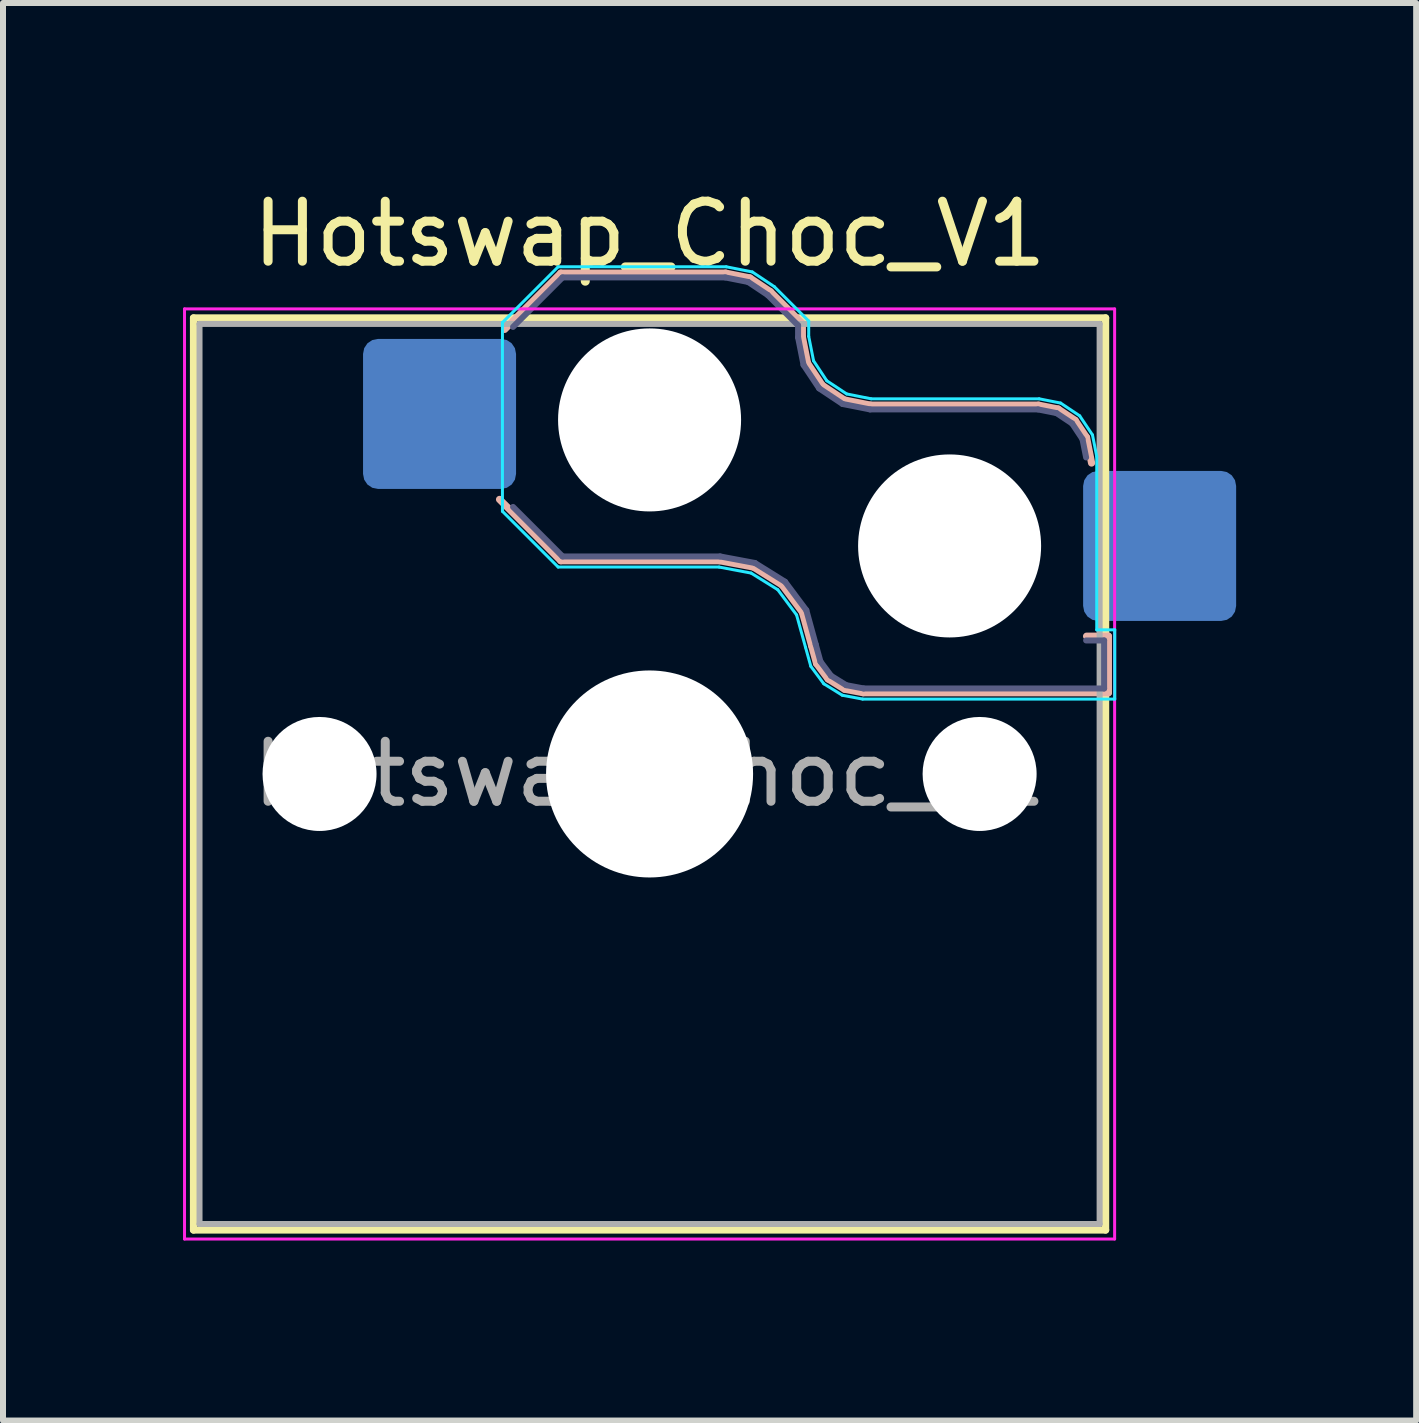
<source format=kicad_pcb>
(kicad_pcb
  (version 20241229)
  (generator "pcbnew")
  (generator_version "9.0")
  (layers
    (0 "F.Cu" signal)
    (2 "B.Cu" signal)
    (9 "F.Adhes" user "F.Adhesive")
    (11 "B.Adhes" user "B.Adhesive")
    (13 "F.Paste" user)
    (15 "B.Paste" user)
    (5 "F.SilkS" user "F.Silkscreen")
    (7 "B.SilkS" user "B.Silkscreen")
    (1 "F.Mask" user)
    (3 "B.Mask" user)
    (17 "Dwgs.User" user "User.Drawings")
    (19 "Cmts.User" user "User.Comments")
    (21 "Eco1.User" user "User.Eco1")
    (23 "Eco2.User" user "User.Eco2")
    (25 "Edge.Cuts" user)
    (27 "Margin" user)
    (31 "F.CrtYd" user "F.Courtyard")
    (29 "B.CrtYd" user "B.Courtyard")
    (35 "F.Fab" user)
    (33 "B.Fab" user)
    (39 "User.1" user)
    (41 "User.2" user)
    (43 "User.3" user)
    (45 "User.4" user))
  (footprint "Hotswap_Choc_V1"
    (layer "F.Cu")
    (at 7.775 9.848)
    (property "Reference" "Hotswap_Choc_V1" (at 0 -9 0) (layer "F.SilkS") (effects (font (size 1 1) (thickness 0.15))))
    (attr smd)
    (fp_line (start -7.6 -7.6) (end -7.6 7.6) (stroke (width 0.12) (type solid)) (layer "F.SilkS"))
    (fp_line (start -7.6 7.6) (end 7.6 7.6) (stroke (width 0.12) (type solid)) (layer "F.SilkS"))
    (fp_line (start 7.6 -7.6) (end -7.6 -7.6) (stroke (width 0.12) (type solid)) (layer "F.SilkS"))
    (fp_line (start 7.6 7.6) (end 7.6 -7.6) (stroke (width 0.12) (type solid)) (layer "F.SilkS"))
    (fp_line (start -2.416 -7.409) (end -1.479 -8.346) (stroke (width 0.12) (type solid)) (layer "B.SilkS"))
    (fp_line (start -1.479 -8.346) (end 1.268 -8.346) (stroke (width 0.12) (type solid)) (layer "B.SilkS"))
    (fp_line (start -1.479 -3.554) (end -2.5 -4.575) (stroke (width 0.12) (type solid)) (layer "B.SilkS"))
    (fp_line (start 1.168 -3.554) (end -1.479 -3.554) (stroke (width 0.12) (type solid)) (layer "B.SilkS"))
    (fp_line (start 1.268 -8.346) (end 1.671 -8.266) (stroke (width 0.12) (type solid)) (layer "B.SilkS"))
    (fp_line (start 1.671 -8.266) (end 2.013 -8.037) (stroke (width 0.12) (type solid)) (layer "B.SilkS"))
    (fp_line (start 1.73 -3.449) (end 1.168 -3.554) (stroke (width 0.12) (type solid)) (layer "B.SilkS"))
    (fp_line (start 2.013 -8.037) (end 2.546 -7.504) (stroke (width 0.12) (type solid)) (layer "B.SilkS"))
    (fp_line (start 2.209 -3.15) (end 1.73 -3.449) (stroke (width 0.12) (type solid)) (layer "B.SilkS"))
    (fp_line (start 2.546 -7.504) (end 2.546 -7.282) (stroke (width 0.12) (type solid)) (layer "B.SilkS"))
    (fp_line (start 2.546 -7.282) (end 2.633 -6.844) (stroke (width 0.12) (type solid)) (layer "B.SilkS"))
    (fp_line (start 2.547 -2.697) (end 2.209 -3.15) (stroke (width 0.12) (type solid)) (layer "B.SilkS"))
    (fp_line (start 2.633 -6.844) (end 2.877 -6.477) (stroke (width 0.12) (type solid)) (layer "B.SilkS"))
    (fp_line (start 2.701 -2.139) (end 2.547 -2.697) (stroke (width 0.12) (type solid)) (layer "B.SilkS"))
    (fp_line (start 2.783 -1.841) (end 2.701 -2.139) (stroke (width 0.12) (type solid)) (layer "B.SilkS"))
    (fp_line (start 2.877 -6.477) (end 3.244 -6.233) (stroke (width 0.12) (type solid)) (layer "B.SilkS"))
    (fp_line (start 2.976 -1.583) (end 2.783 -1.841) (stroke (width 0.12) (type solid)) (layer "B.SilkS"))
    (fp_line (start 3.244 -6.233) (end 3.682 -6.146) (stroke (width 0.12) (type solid)) (layer "B.SilkS"))
    (fp_line (start 3.25 -1.413) (end 2.976 -1.583) (stroke (width 0.12) (type solid)) (layer "B.SilkS"))
    (fp_line (start 3.56 -1.354) (end 3.25 -1.413) (stroke (width 0.12) (type solid)) (layer "B.SilkS"))
    (fp_line (start 3.682 -6.146) (end 6.482 -6.146) (stroke (width 0.12) (type solid)) (layer "B.SilkS"))
    (fp_line (start 6.482 -6.146) (end 6.809 -6.081) (stroke (width 0.12) (type solid)) (layer "B.SilkS"))
    (fp_line (start 6.809 -6.081) (end 7.092 -5.892) (stroke (width 0.12) (type solid)) (layer "B.SilkS"))
    (fp_line (start 7.092 -5.892) (end 7.281 -5.609) (stroke (width 0.12) (type solid)) (layer "B.SilkS"))
    (fp_line (start 7.281 -5.609) (end 7.366 -5.182) (stroke (width 0.12) (type solid)) (layer "B.SilkS"))
    (fp_line (start 7.283 -2.296) (end 7.646 -2.296) (stroke (width 0.12) (type solid)) (layer "B.SilkS"))
    (fp_line (start 7.646 -2.296) (end 7.646 -1.354) (stroke (width 0.12) (type solid)) (layer "B.SilkS"))
    (fp_line (start 7.646 -1.354) (end 3.56 -1.354) (stroke (width 0.12) (type solid)) (layer "B.SilkS"))
    (fp_line (start -7.25 -7.25) (end -7.25 7.25) (stroke (width 0.1) (type solid)) (layer "Eco1.User"))
    (fp_line (start -7.25 7.25) (end 7.25 7.25) (stroke (width 0.1) (type solid)) (layer "Eco1.User"))
    (fp_line (start 7.25 -7.25) (end -7.25 -7.25) (stroke (width 0.1) (type solid)) (layer "Eco1.User"))
    (fp_line (start 7.25 7.25) (end 7.25 -7.25) (stroke (width 0.1) (type solid)) (layer "Eco1.User"))
    (fp_line (start -2.452 -7.523) (end -1.523 -8.452) (stroke (width 0.05) (type solid)) (layer "B.CrtYd"))
    (fp_line (start -2.452 -4.377) (end -2.452 -7.523) (stroke (width 0.05) (type solid)) (layer "B.CrtYd"))
    (fp_line (start -1.523 -8.452) (end 1.278 -8.452) (stroke (width 0.05) (type solid)) (layer "B.CrtYd"))
    (fp_line (start -1.523 -3.448) (end -2.452 -4.377) (stroke (width 0.05) (type solid)) (layer "B.CrtYd"))
    (fp_line (start 1.159 -3.448) (end -1.523 -3.448) (stroke (width 0.05) (type solid)) (layer "B.CrtYd"))
    (fp_line (start 1.278 -8.452) (end 1.712 -8.366) (stroke (width 0.05) (type solid)) (layer "B.CrtYd"))
    (fp_line (start 1.691 -3.348) (end 1.159 -3.448) (stroke (width 0.05) (type solid)) (layer "B.CrtYd"))
    (fp_line (start 1.712 -8.366) (end 2.081 -8.119) (stroke (width 0.05) (type solid)) (layer "B.CrtYd"))
    (fp_line (start 2.081 -8.119) (end 2.652 -7.548) (stroke (width 0.05) (type solid)) (layer "B.CrtYd"))
    (fp_line (start 2.136 -3.071) (end 1.691 -3.348) (stroke (width 0.05) (type solid)) (layer "B.CrtYd"))
    (fp_line (start 2.45 -2.65) (end 2.136 -3.071) (stroke (width 0.05) (type solid)) (layer "B.CrtYd"))
    (fp_line (start 2.599 -2.111) (end 2.45 -2.65) (stroke (width 0.05) (type solid)) (layer "B.CrtYd"))
    (fp_line (start 2.652 -7.548) (end 2.652 -7.292) (stroke (width 0.05) (type solid)) (layer "B.CrtYd"))
    (fp_line (start 2.652 -7.292) (end 2.733 -6.885) (stroke (width 0.05) (type solid)) (layer "B.CrtYd"))
    (fp_line (start 2.687 -1.794) (end 2.599 -2.111) (stroke (width 0.05) (type solid)) (layer "B.CrtYd"))
    (fp_line (start 2.733 -6.885) (end 2.953 -6.553) (stroke (width 0.05) (type solid)) (layer "B.CrtYd"))
    (fp_line (start 2.903 -1.503) (end 2.687 -1.794) (stroke (width 0.05) (type solid)) (layer "B.CrtYd"))
    (fp_line (start 2.953 -6.553) (end 3.285 -6.333) (stroke (width 0.05) (type solid)) (layer "B.CrtYd"))
    (fp_line (start 3.211 -1.312) (end 2.903 -1.503) (stroke (width 0.05) (type solid)) (layer "B.CrtYd"))
    (fp_line (start 3.285 -6.333) (end 3.692 -6.252) (stroke (width 0.05) (type solid)) (layer "B.CrtYd"))
    (fp_line (start 3.55 -1.248) (end 3.211 -1.312) (stroke (width 0.05) (type solid)) (layer "B.CrtYd"))
    (fp_line (start 3.692 -6.252) (end 6.492 -6.252) (stroke (width 0.05) (type solid)) (layer "B.CrtYd"))
    (fp_line (start 6.492 -6.252) (end 6.85 -6.181) (stroke (width 0.05) (type solid)) (layer "B.CrtYd"))
    (fp_line (start 6.85 -6.181) (end 7.168 -5.968) (stroke (width 0.05) (type solid)) (layer "B.CrtYd"))
    (fp_line (start 7.168 -5.968) (end 7.381 -5.65) (stroke (width 0.05) (type solid)) (layer "B.CrtYd"))
    (fp_line (start 7.381 -5.65) (end 7.452 -5.292) (stroke (width 0.05) (type solid)) (layer "B.CrtYd"))
    (fp_line (start 7.452 -5.292) (end 7.452 -2.402) (stroke (width 0.05) (type solid)) (layer "B.CrtYd"))
    (fp_line (start 7.452 -2.402) (end 7.752 -2.402) (stroke (width 0.05) (type solid)) (layer "B.CrtYd"))
    (fp_line (start 7.752 -2.402) (end 7.752 -1.248) (stroke (width 0.05) (type solid)) (layer "B.CrtYd"))
    (fp_line (start 7.752 -1.248) (end 3.55 -1.248) (stroke (width 0.05) (type solid)) (layer "B.CrtYd"))
    (fp_line (start -7.75 -7.75) (end -7.75 7.75) (stroke (width 0.05) (type solid)) (layer "F.CrtYd"))
    (fp_line (start -7.75 7.75) (end 7.75 7.75) (stroke (width 0.05) (type solid)) (layer "F.CrtYd"))
    (fp_line (start 7.75 -7.75) (end -7.75 -7.75) (stroke (width 0.05) (type solid)) (layer "F.CrtYd"))
    (fp_line (start 7.75 7.75) (end 7.75 -7.75) (stroke (width 0.05) (type solid)) (layer "F.CrtYd"))
    (fp_line (start -2.275 -7.45) (end -1.45 -8.275) (stroke (width 0.1) (type solid)) (layer "B.Fab"))
    (fp_line (start -1.45 -8.275) (end 1.261 -8.275) (stroke (width 0.1) (type solid)) (layer "B.Fab"))
    (fp_line (start -1.45 -3.625) (end -2.275 -4.45) (stroke (width 0.1) (type solid)) (layer "B.Fab"))
    (fp_line (start 1.175 -3.625) (end -1.45 -3.625) (stroke (width 0.1) (type solid)) (layer "B.Fab"))
    (fp_line (start 1.261 -8.275) (end 1.643 -8.199) (stroke (width 0.1) (type solid)) (layer "B.Fab"))
    (fp_line (start 1.643 -8.199) (end 1.968 -7.982) (stroke (width 0.1) (type solid)) (layer "B.Fab"))
    (fp_line (start 1.756 -3.516) (end 1.175 -3.625) (stroke (width 0.1) (type solid)) (layer "B.Fab"))
    (fp_line (start 1.968 -7.982) (end 2.475 -7.475) (stroke (width 0.1) (type solid)) (layer "B.Fab"))
    (fp_line (start 2.258 -3.203) (end 1.756 -3.516) (stroke (width 0.1) (type solid)) (layer "B.Fab"))
    (fp_line (start 2.475 -7.475) (end 2.475 -7.275) (stroke (width 0.1) (type solid)) (layer "B.Fab"))
    (fp_line (start 2.475 -7.275) (end 2.566 -6.816) (stroke (width 0.1) (type solid)) (layer "B.Fab"))
    (fp_line (start 2.566 -6.816) (end 2.826 -6.426) (stroke (width 0.1) (type solid)) (layer "B.Fab"))
    (fp_line (start 2.612 -2.729) (end 2.258 -3.203) (stroke (width 0.1) (type solid)) (layer "B.Fab"))
    (fp_line (start 2.769 -2.158) (end 2.612 -2.729) (stroke (width 0.1) (type solid)) (layer "B.Fab"))
    (fp_line (start 2.826 -6.426) (end 3.216 -6.166) (stroke (width 0.1) (type solid)) (layer "B.Fab"))
    (fp_line (start 2.848 -1.873) (end 2.769 -2.158) (stroke (width 0.1) (type solid)) (layer "B.Fab"))
    (fp_line (start 3.025 -1.636) (end 2.848 -1.873) (stroke (width 0.1) (type solid)) (layer "B.Fab"))
    (fp_line (start 3.216 -6.166) (end 3.675 -6.075) (stroke (width 0.1) (type solid)) (layer "B.Fab"))
    (fp_line (start 3.276 -1.48) (end 3.025 -1.636) (stroke (width 0.1) (type solid)) (layer "B.Fab"))
    (fp_line (start 3.567 -1.425) (end 3.276 -1.48) (stroke (width 0.1) (type solid)) (layer "B.Fab"))
    (fp_line (start 3.675 -6.075) (end 6.475 -6.075) (stroke (width 0.1) (type solid)) (layer "B.Fab"))
    (fp_line (start 6.475 -6.075) (end 6.781 -6.014) (stroke (width 0.1) (type solid)) (layer "B.Fab"))
    (fp_line (start 6.781 -6.014) (end 7.041 -5.841) (stroke (width 0.1) (type solid)) (layer "B.Fab"))
    (fp_line (start 7.041 -5.841) (end 7.214 -5.581) (stroke (width 0.1) (type solid)) (layer "B.Fab"))
    (fp_line (start 7.214 -5.581) (end 7.275 -5.275) (stroke (width 0.1) (type solid)) (layer "B.Fab"))
    (fp_line (start 7.275 -2.225) (end 7.575 -2.225) (stroke (width 0.1) (type solid)) (layer "B.Fab"))
    (fp_line (start 7.575 -2.225) (end 7.575 -1.425) (stroke (width 0.1) (type solid)) (layer "B.Fab"))
    (fp_line (start 7.575 -1.425) (end 3.567 -1.425) (stroke (width 0.1) (type solid)) (layer "B.Fab"))
    (fp_line (start -7.5 -7.5) (end -7.5 7.5) (stroke (width 0.1) (type solid)) (layer "F.Fab"))
    (fp_line (start -7.5 7.5) (end 7.5 7.5) (stroke (width 0.1) (type solid)) (layer "F.Fab"))
    (fp_line (start 7.5 -7.5) (end -7.5 -7.5) (stroke (width 0.1) (type solid)) (layer "F.Fab"))
    (fp_line (start 7.5 7.5) (end 7.5 -7.5) (stroke (width 0.1) (type solid)) (layer "F.Fab"))
    (fp_text user "${REFERENCE}" (at 0 0 0) (layer "F.Fab") (effects (font (size 1 1) (thickness 0.15))))
    (pad "" np_thru_hole circle (at -5.5 0) (size 1.9 1.9) (drill 1.9) (layers "*.Cu" "*.Mask"))
    (pad "" np_thru_hole circle (at 0 -5.9) (size 3.05 3.05) (drill 3.05) (layers "*.Cu" "*.Mask"))
    (pad "" np_thru_hole circle (at 0 0) (size 3.45 3.45) (drill 3.45) (layers "*.Cu" "*.Mask"))
    (pad "" np_thru_hole circle (at 5 -3.8) (size 3.05 3.05) (drill 3.05) (layers "*.Cu" "*.Mask"))
    (pad "" np_thru_hole circle (at 5.5 0) (size 1.9 1.9) (drill 1.9) (layers "*.Cu" "*.Mask"))
    (pad "1" smd roundrect (at -3.5 -6) (size 2.55 2.5) (layers "B.Cu" "B.Mask" "B.Paste") (roundrect_rratio 0.1))
    (pad "2" smd roundrect (at 8.5 -3.8) (size 2.55 2.5) (layers "B.Cu" "B.Mask" "B.Paste") (roundrect_rratio 0.1)))
  (gr_rect
    (start -3 -3)
    (end 20.55 20.623)
    (stroke (width 0.1) (type default))
    (fill no)
    (layer "Edge.Cuts")))
</source>
